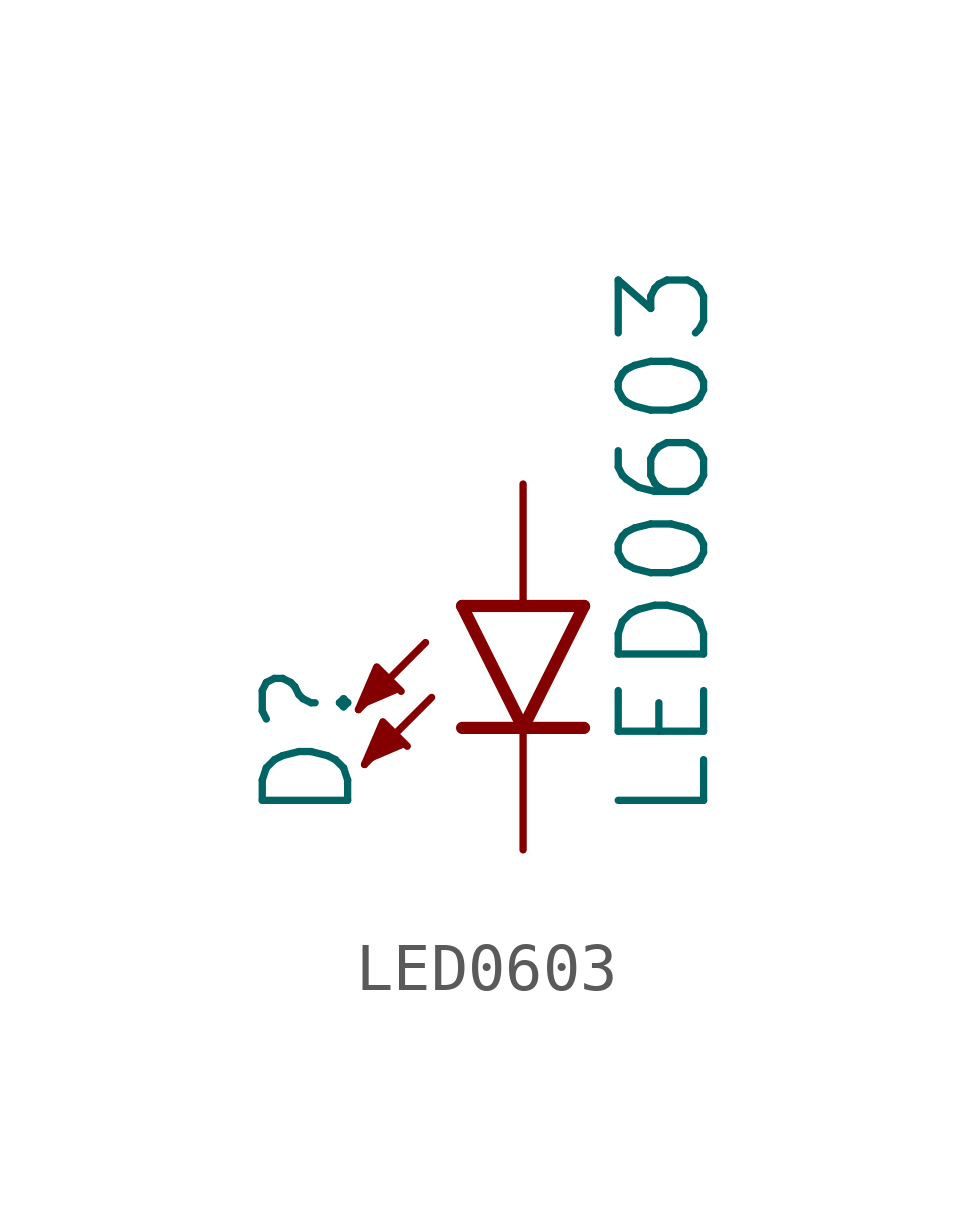
<source format=kicad_sym>
(kicad_symbol_lib
  (version 20210619)
  (generator kicad_symbol_editor)
  (symbol "LED0603"
    (property "Reference" "D"
      (at -3.429 -4.572 90)
      (effects (font (size 1.778 1.778)) (justify left bottom)))
    (property "Value" "LED0603"
      (at 1.905 -4.572 90)
      (effects (font (size 1.778 1.778)) (justify left top)))
    (property "ki_locked" ""
      (at 0 0 0)
      (effects (font (size 1.27 1.27))))
    (symbol "LED0603_1_0"
      (polyline (pts (xy -2.032 -0.762) (xy -3.429 -2.159)) (stroke (width 0.152)) (fill (type none)))
      (polyline (pts (xy -1.905 -1.905) (xy -3.302 -3.302)) (stroke (width 0.152)) (fill (type none)))
      (polyline (pts (xy 0 -2.54) (xy -1.27 -2.54)) (stroke (width 0.254)) (fill (type none)))
      (polyline (pts (xy 0 -2.54) (xy -1.27 0)) (stroke (width 0.254)) (fill (type none)))
      (polyline (pts (xy 1.27 -2.54) (xy 0 -2.54)) (stroke (width 0.254)) (fill (type none)))
      (polyline (pts (xy 1.27 0) (xy -1.27 0)) (stroke (width 0.254)) (fill (type none)))
      (polyline (pts (xy 1.27 0) (xy 0 -2.54)) (stroke (width 0.254)) (fill (type none)))
      (polyline (pts (xy -3.429 -2.159) (xy -3.048 -1.27) (xy -2.54 -1.778)) (stroke (width 0)) (fill (type outline)))
      (polyline (pts (xy -3.302 -3.302) (xy -2.921 -2.413) (xy -2.413 -2.921)) (stroke (width 0)) (fill (type outline)))
      (pin passive line (at 0 2.54 270) (length 2.54) (name "A" (effects (font (size 0 0)))) (number "A" (effects (font (size 0 0)))))
      (pin passive line (at 0 -5.08 90) (length 2.54) (name "C" (effects (font (size 0 0)))) (number "C" (effects (font (size 0 0))))))))
</source>
